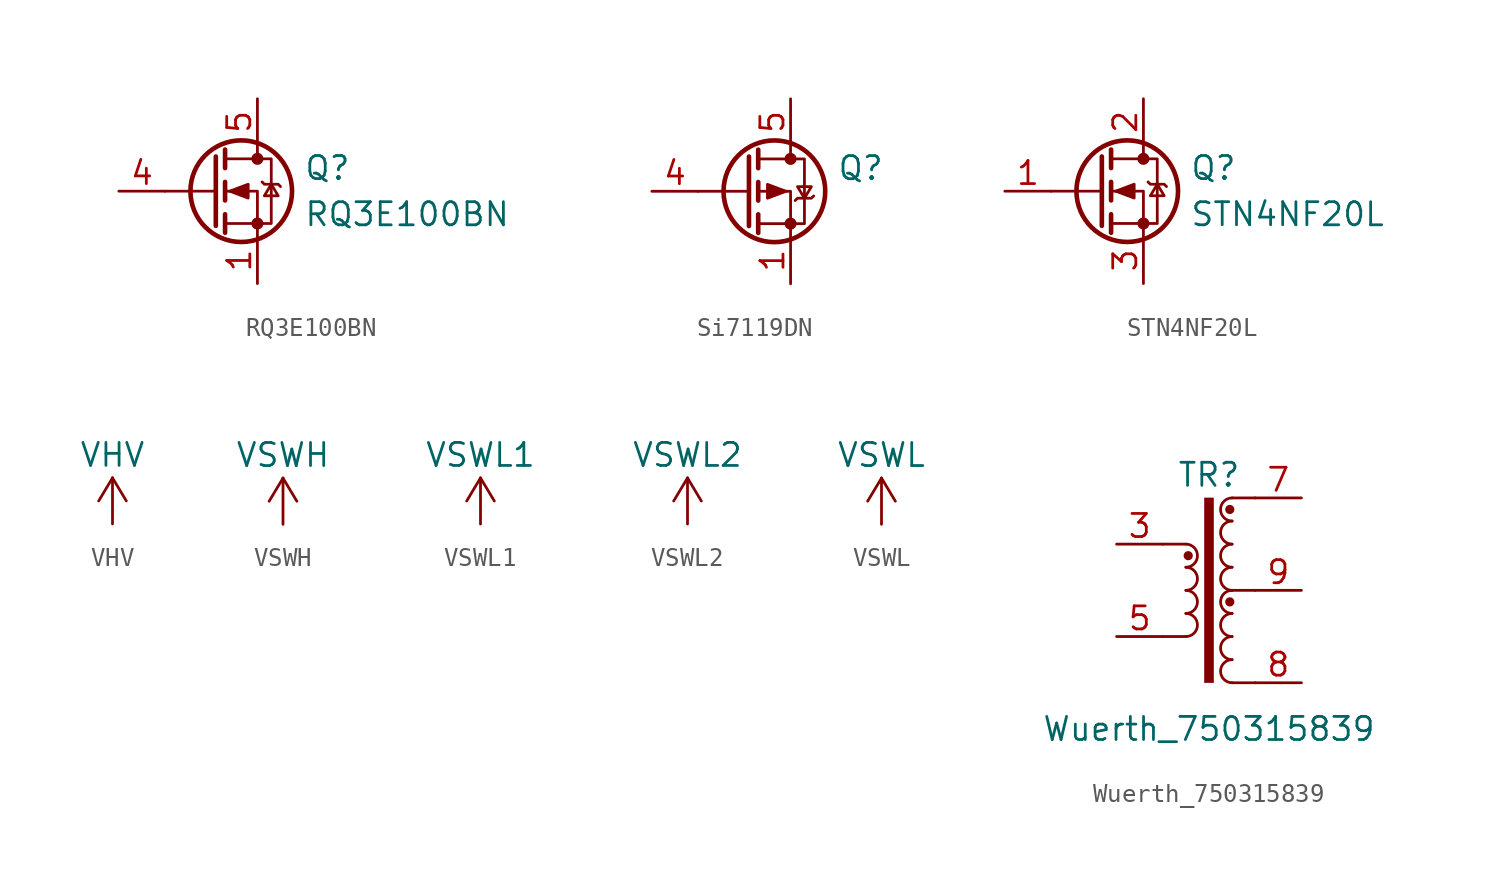
<source format=kicad_sym>
(kicad_symbol_lib
  (version 20211014)
  (generator kicad_symbol_editor)
  (symbol "RQ3E100BN"
    (pin_names
      (offset 0) hide)
    (property "Reference" "Q"
      (at 5.08 1.27 0)
      (effects (font (size 1.27 1.27)) (justify left)))
    (property "Value" "RQ3E100BN"
      (at 5.08 -1.27 0)
      (effects (font (size 1.27 1.27)) (justify left)))
    (symbol "RQ3E100BN_0_0"
      (pin input line (at -5.08 0 0) (length 2.54) (name "G" (effects (font (size 1.27 1.27)))) (number "4" (effects (font (size 1.27 1.27)))))
      (pin passive line (at 2.54 5.08 270) (length 2.54) (name "D" (effects (font (size 1.27 1.27)))) (number "5" (effects (font (size 1.27 1.27))))))
    (symbol "RQ3E100BN_0_1"
      (polyline (pts (xy 0.254 0) (xy -2.54 0)) (stroke (width 0) (type default) (color 0 0 0 0)) (fill (type none)))
      (polyline (pts (xy 0.254 1.905) (xy 0.254 -1.905)) (stroke (width 0.254) (type default) (color 0 0 0 0)) (fill (type none)))
      (polyline (pts (xy 0.762 -1.27) (xy 0.762 -2.286)) (stroke (width 0.254) (type default) (color 0 0 0 0)) (fill (type none)))
      (polyline (pts (xy 0.762 0.508) (xy 0.762 -0.508)) (stroke (width 0.254) (type default) (color 0 0 0 0)) (fill (type none)))
      (polyline (pts (xy 0.762 2.286) (xy 0.762 1.27)) (stroke (width 0.254) (type default) (color 0 0 0 0)) (fill (type none)))
      (polyline (pts (xy 2.54 2.54) (xy 2.54 1.778)) (stroke (width 0) (type default) (color 0 0 0 0)) (fill (type none)))
      (polyline (pts (xy 2.54 -2.54) (xy 2.54 0) (xy 0.762 0)) (stroke (width 0) (type default) (color 0 0 0 0)) (fill (type none)))
      (polyline (pts (xy 0.762 -1.778) (xy 3.302 -1.778) (xy 3.302 1.778) (xy 0.762 1.778)) (stroke (width 0) (type default) (color 0 0 0 0)) (fill (type none)))
      (polyline (pts (xy 1.016 0) (xy 2.032 0.381) (xy 2.032 -0.381) (xy 1.016 0)) (stroke (width 0) (type default) (color 0 0 0 0)) (fill (type outline)))
      (polyline (pts (xy 2.794 0.508) (xy 2.921 0.381) (xy 3.683 0.381) (xy 3.81 0.254)) (stroke (width 0) (type default) (color 0 0 0 0)) (fill (type none)))
      (polyline (pts (xy 3.302 0.381) (xy 2.921 -0.254) (xy 3.683 -0.254) (xy 3.302 0.381)) (stroke (width 0) (type default) (color 0 0 0 0)) (fill (type none)))
      (circle (center 1.651 0) (radius 2.794) (stroke (width 0.254) (type default) (color 0 0 0 0)) (fill (type none)))
      (circle (center 2.54 -1.778) (radius 0.254) (stroke (width 0) (type default) (color 0 0 0 0)) (fill (type outline)))
      (circle (center 2.54 1.778) (radius 0.254) (stroke (width 0) (type default) (color 0 0 0 0)) (fill (type outline))))
    (symbol "RQ3E100BN_1_1"
      (pin passive line (at 2.54 -5.08 90) (length 2.54) (name "S" (effects (font (size 1.27 1.27)))) (number "1" (effects (font (size 1.27 1.27)))))
      (pin passive line (at 2.54 -5.08 90) (length 2.54) hide (name "S" (effects (font (size 1.27 1.27)))) (number "2" (effects (font (size 1.27 1.27)))))
      (pin passive line (at 2.54 -5.08 90) (length 2.54) hide (name "S" (effects (font (size 1.27 1.27)))) (number "3" (effects (font (size 1.27 1.27)))))))
  (symbol "Si7119DN"
    (pin_names
      (offset 0) hide)
    (property "Reference" "Q"
      (at 5.08 1.27 0)
      (effects (font (size 1.27 1.27)) (justify left)))
    (symbol "Si7119DN_0_0"
      (pin input line (at -5.08 0 0) (length 2.54) (name "G" (effects (font (size 1.27 1.27)))) (number "4" (effects (font (size 1.27 1.27)))))
      (pin passive line (at 2.54 5.08 270) (length 2.54) (name "D" (effects (font (size 1.27 1.27)))) (number "5" (effects (font (size 1.27 1.27))))))
    (symbol "Si7119DN_0_1"
      (polyline (pts (xy 0.254 0) (xy -2.54 0)) (stroke (width 0) (type default) (color 0 0 0 0)) (fill (type none)))
      (polyline (pts (xy 0.254 1.905) (xy 0.254 -1.905)) (stroke (width 0.254) (type default) (color 0 0 0 0)) (fill (type none)))
      (polyline (pts (xy 0.762 -1.27) (xy 0.762 -2.286)) (stroke (width 0.254) (type default) (color 0 0 0 0)) (fill (type none)))
      (polyline (pts (xy 0.762 0.508) (xy 0.762 -0.508)) (stroke (width 0.254) (type default) (color 0 0 0 0)) (fill (type none)))
      (polyline (pts (xy 0.762 2.286) (xy 0.762 1.27)) (stroke (width 0.254) (type default) (color 0 0 0 0)) (fill (type none)))
      (polyline (pts (xy 2.54 2.54) (xy 2.54 1.778)) (stroke (width 0) (type default) (color 0 0 0 0)) (fill (type none)))
      (polyline (pts (xy 2.54 -2.54) (xy 2.54 0) (xy 0.762 0)) (stroke (width 0) (type default) (color 0 0 0 0)) (fill (type none)))
      (polyline (pts (xy 0.762 1.778) (xy 3.302 1.778) (xy 3.302 -1.778) (xy 0.762 -1.778)) (stroke (width 0) (type default) (color 0 0 0 0)) (fill (type none)))
      (polyline (pts (xy 2.286 0) (xy 1.27 0.381) (xy 1.27 -0.381) (xy 2.286 0)) (stroke (width 0) (type default) (color 0 0 0 0)) (fill (type outline)))
      (polyline (pts (xy 2.794 -0.508) (xy 2.921 -0.381) (xy 3.683 -0.381) (xy 3.81 -0.254)) (stroke (width 0) (type default) (color 0 0 0 0)) (fill (type none)))
      (polyline (pts (xy 3.302 -0.381) (xy 2.921 0.254) (xy 3.683 0.254) (xy 3.302 -0.381)) (stroke (width 0) (type default) (color 0 0 0 0)) (fill (type none)))
      (circle (center 1.651 0) (radius 2.794) (stroke (width 0.254) (type default) (color 0 0 0 0)) (fill (type none)))
      (circle (center 2.54 -1.778) (radius 0.254) (stroke (width 0) (type default) (color 0 0 0 0)) (fill (type outline)))
      (circle (center 2.54 1.778) (radius 0.254) (stroke (width 0) (type default) (color 0 0 0 0)) (fill (type outline))))
    (symbol "Si7119DN_1_1"
      (pin passive line (at 2.54 -5.08 90) (length 2.54) (name "S" (effects (font (size 1.27 1.27)))) (number "1" (effects (font (size 1.27 1.27)))))
      (pin passive line (at 2.54 -5.08 90) (length 2.54) hide (name "S" (effects (font (size 1.27 1.27)))) (number "2" (effects (font (size 1.27 1.27)))))
      (pin passive line (at 2.54 -5.08 90) (length 2.54) hide (name "S" (effects (font (size 1.27 1.27)))) (number "3" (effects (font (size 1.27 1.27)))))))
  (symbol "STN4NF20L"
    (pin_names
      (offset 0) hide)
    (property "Reference" "Q"
      (at 5.08 1.27 0)
      (effects (font (size 1.27 1.27)) (justify left)))
    (property "Value" "STN4NF20L"
      (at 5.08 -1.27 0)
      (effects (font (size 1.27 1.27)) (justify left)))
    (symbol "STN4NF20L_0_1"
      (polyline (pts (xy 0.254 0) (xy -2.54 0)) (stroke (width 0) (type default) (color 0 0 0 0)) (fill (type none)))
      (polyline (pts (xy 0.254 1.905) (xy 0.254 -1.905)) (stroke (width 0.254) (type default) (color 0 0 0 0)) (fill (type none)))
      (polyline (pts (xy 0.762 -1.27) (xy 0.762 -2.286)) (stroke (width 0.254) (type default) (color 0 0 0 0)) (fill (type none)))
      (polyline (pts (xy 0.762 0.508) (xy 0.762 -0.508)) (stroke (width 0.254) (type default) (color 0 0 0 0)) (fill (type none)))
      (polyline (pts (xy 0.762 2.286) (xy 0.762 1.27)) (stroke (width 0.254) (type default) (color 0 0 0 0)) (fill (type none)))
      (polyline (pts (xy 2.54 2.54) (xy 2.54 1.778)) (stroke (width 0) (type default) (color 0 0 0 0)) (fill (type none)))
      (polyline (pts (xy 2.54 -2.54) (xy 2.54 0) (xy 0.762 0)) (stroke (width 0) (type default) (color 0 0 0 0)) (fill (type none)))
      (polyline (pts (xy 0.762 -1.778) (xy 3.302 -1.778) (xy 3.302 1.778) (xy 0.762 1.778)) (stroke (width 0) (type default) (color 0 0 0 0)) (fill (type none)))
      (polyline (pts (xy 1.016 0) (xy 2.032 0.381) (xy 2.032 -0.381) (xy 1.016 0)) (stroke (width 0) (type default) (color 0 0 0 0)) (fill (type outline)))
      (polyline (pts (xy 2.794 0.508) (xy 2.921 0.381) (xy 3.683 0.381) (xy 3.81 0.254)) (stroke (width 0) (type default) (color 0 0 0 0)) (fill (type none)))
      (polyline (pts (xy 3.302 0.381) (xy 2.921 -0.254) (xy 3.683 -0.254) (xy 3.302 0.381)) (stroke (width 0) (type default) (color 0 0 0 0)) (fill (type none)))
      (circle (center 1.651 0) (radius 2.794) (stroke (width 0.254) (type default) (color 0 0 0 0)) (fill (type none)))
      (circle (center 2.54 -1.778) (radius 0.254) (stroke (width 0) (type default) (color 0 0 0 0)) (fill (type outline)))
      (circle (center 2.54 1.778) (radius 0.254) (stroke (width 0) (type default) (color 0 0 0 0)) (fill (type outline))))
    (symbol "STN4NF20L_1_1"
      (pin input line (at -5.08 0 0) (length 2.54) (name "G" (effects (font (size 1.27 1.27)))) (number "1" (effects (font (size 1.27 1.27)))))
      (pin passive line (at 2.54 5.08 270) (length 2.54) (name "D" (effects (font (size 1.27 1.27)))) (number "2" (effects (font (size 1.27 1.27)))))
      (pin passive line (at 2.54 -5.08 90) (length 2.54) (name "S" (effects (font (size 1.27 1.27)))) (number "3" (effects (font (size 1.27 1.27)))))))
  (symbol "VHV"
    (power)
    (pin_names
      (offset 0))
    (property "Reference" "#PWR"
      (at 0 -3.81 0)
      (effects (font (size 1.27 1.27)) hide))
    (property "Value" "VHV"
      (at 0 3.81 0)
      (effects (font (size 1.27 1.27))))
    (symbol "VHV_0_1"
      (polyline (pts (xy -0.762 1.27) (xy 0 2.54)) (stroke (width 0) (type default) (color 0 0 0 0)) (fill (type none)))
      (polyline (pts (xy 0 0) (xy 0 2.54)) (stroke (width 0) (type default) (color 0 0 0 0)) (fill (type none)))
      (polyline (pts (xy 0 2.54) (xy 0.762 1.27)) (stroke (width 0) (type default) (color 0 0 0 0)) (fill (type none))))
    (symbol "VHV_1_1"
      (pin power_in line (at 0 0 90) (length 0) hide (name "VHV" (effects (font (size 1.27 1.27)))) (number "1" (effects (font (size 1.27 1.27)))))))
  (symbol "VSWH"
    (power)
    (pin_names
      (offset 0))
    (property "Reference" "#PWR"
      (at 0 -3.81 0)
      (effects (font (size 1.27 1.27)) hide))
    (property "Value" "VSWH"
      (at 0 3.81 0)
      (effects (font (size 1.27 1.27))))
    (symbol "VSWH_0_1"
      (polyline (pts (xy -0.762 1.27) (xy 0 2.54)) (stroke (width 0) (type default) (color 0 0 0 0)) (fill (type none)))
      (polyline (pts (xy 0 0) (xy 0 2.54)) (stroke (width 0) (type default) (color 0 0 0 0)) (fill (type none)))
      (polyline (pts (xy 0 2.54) (xy 0.762 1.27)) (stroke (width 0) (type default) (color 0 0 0 0)) (fill (type none))))
    (symbol "VSWH_1_1"
      (pin power_in line (at 0 0 90) (length 0) hide (name "VSWH" (effects (font (size 1.27 1.27)))) (number "1" (effects (font (size 1.27 1.27)))))))
  (symbol "VSWL1"
    (power)
    (pin_names
      (offset 0))
    (property "Reference" "#PWR"
      (at 0 -3.81 0)
      (effects (font (size 1.27 1.27)) hide))
    (property "Value" "VSWL1"
      (at 0 3.81 0)
      (effects (font (size 1.27 1.27))))
    (symbol "VSWL1_0_1"
      (polyline (pts (xy -0.762 1.27) (xy 0 2.54)) (stroke (width 0) (type default) (color 0 0 0 0)) (fill (type none)))
      (polyline (pts (xy 0 0) (xy 0 2.54)) (stroke (width 0) (type default) (color 0 0 0 0)) (fill (type none)))
      (polyline (pts (xy 0 2.54) (xy 0.762 1.27)) (stroke (width 0) (type default) (color 0 0 0 0)) (fill (type none))))
    (symbol "VSWL1_1_1"
      (pin power_in line (at 0 0 90) (length 0) hide (name "VSWL1" (effects (font (size 1.27 1.27)))) (number "1" (effects (font (size 1.27 1.27)))))))
  (symbol "VSWL2"
    (power)
    (pin_names
      (offset 0))
    (property "Reference" "#PWR"
      (at 0 -3.81 0)
      (effects (font (size 1.27 1.27)) hide))
    (property "Value" "VSWL2"
      (at 0 3.81 0)
      (effects (font (size 1.27 1.27))))
    (symbol "VSWL2_0_1"
      (polyline (pts (xy -0.762 1.27) (xy 0 2.54)) (stroke (width 0) (type default) (color 0 0 0 0)) (fill (type none)))
      (polyline (pts (xy 0 0) (xy 0 2.54)) (stroke (width 0) (type default) (color 0 0 0 0)) (fill (type none)))
      (polyline (pts (xy 0 2.54) (xy 0.762 1.27)) (stroke (width 0) (type default) (color 0 0 0 0)) (fill (type none))))
    (symbol "VSWL2_1_1"
      (pin power_in line (at 0 0 90) (length 0) hide (name "VSWL2" (effects (font (size 1.27 1.27)))) (number "1" (effects (font (size 1.27 1.27)))))))
  (symbol "VSWL"
    (power)
    (pin_names
      (offset 0))
    (property "Reference" "#PWR"
      (at 0 -3.81 0)
      (effects (font (size 1.27 1.27)) hide))
    (property "Value" "VSWL"
      (at 0 3.81 0)
      (effects (font (size 1.27 1.27))))
    (symbol "VSWL_0_1"
      (polyline (pts (xy -0.762 1.27) (xy 0 2.54)) (stroke (width 0) (type default) (color 0 0 0 0)) (fill (type none)))
      (polyline (pts (xy 0 0) (xy 0 2.54)) (stroke (width 0) (type default) (color 0 0 0 0)) (fill (type none)))
      (polyline (pts (xy 0 2.54) (xy 0.762 1.27)) (stroke (width 0) (type default) (color 0 0 0 0)) (fill (type none))))
    (symbol "VSWL_1_1"
      (pin power_in line (at 0 0 90) (length 0) hide (name "VSWL" (effects (font (size 1.27 1.27)))) (number "1" (effects (font (size 1.27 1.27)))))))
  (symbol "Wuerth_750315839"
    (property "Reference" "TR"
      (at 0 6.35 0)
      (effects (font (size 1.27 1.27))))
    (property "Value" "Wuerth_750315839"
      (at 0 -7.62 0)
      (effects (font (size 1.27 1.27))))
    (symbol "Wuerth_750315839_0_1"
      (arc (start -1.27 -2.54) (mid -0.635 -1.905) (end -1.27 -1.27) (stroke (width 0) (type default) (color 0 0 0 0)) (fill (type none)))
      (arc (start -1.27 -1.27) (mid -0.635 -0.635) (end -1.27 0) (stroke (width 0) (type default) (color 0 0 0 0)) (fill (type none)))
      (rectangle (start -0.254 5.08) (end 0.254 -5.08) (stroke (width 0.025) (type default) (color 0 0 0 0)) (fill (type outline)))
      (polyline (pts (xy -2.54 -2.54) (xy -1.27 -2.54)) (stroke (width 0) (type default) (color 0 0 0 0)) (fill (type none)))
      (polyline (pts (xy -2.54 2.54) (xy -1.27 2.54)) (stroke (width 0) (type default) (color 0 0 0 0)) (fill (type none)))
      (polyline (pts (xy 1.27 -5.08) (xy 2.54 -5.08)) (stroke (width 0) (type default) (color 0 0 0 0)) (fill (type none)))
      (polyline (pts (xy 1.27 0) (xy 2.54 0)) (stroke (width 0) (type default) (color 0 0 0 0)) (fill (type none))))
    (symbol "Wuerth_750315839_1_1"
      (arc (start -1.27 0) (mid -0.635 0.635) (end -1.27 1.27) (stroke (width 0) (type default) (color 0 0 0 0)) (fill (type none)))
      (arc (start -1.27 1.27) (mid -0.635 1.905) (end -1.27 2.54) (stroke (width 0) (type default) (color 0 0 0 0)) (fill (type none)))
      (circle (center -1.143 1.905) (radius 0.127) (stroke (width 0.254) (type default) (color 0 0 0 0)) (fill (type none)))
      (polyline (pts (xy 1.27 5.08) (xy 2.54 5.08)) (stroke (width 0) (type default) (color 0 0 0 0)) (fill (type none)))
      (circle (center 1.143 -0.635) (radius 0.127) (stroke (width 0.254) (type default) (color 0 0 0 0)) (fill (type none)))
      (circle (center 1.143 4.445) (radius 0.127) (stroke (width 0.254) (type default) (color 0 0 0 0)) (fill (type none)))
      (arc (start 1.27 -3.81) (mid 0.635 -4.445) (end 1.27 -5.08) (stroke (width 0) (type default) (color 0 0 0 0)) (fill (type none)))
      (arc (start 1.27 -2.54) (mid 0.635 -3.175) (end 1.27 -3.81) (stroke (width 0) (type default) (color 0 0 0 0)) (fill (type none)))
      (arc (start 1.27 -1.27) (mid 0.635 -1.905) (end 1.27 -2.54) (stroke (width 0) (type default) (color 0 0 0 0)) (fill (type none)))
      (arc (start 1.27 0) (mid 0.635 -0.635) (end 1.27 -1.27) (stroke (width 0) (type default) (color 0 0 0 0)) (fill (type none)))
      (arc (start 1.27 1.27) (mid 0.635 0.635) (end 1.27 0) (stroke (width 0) (type default) (color 0 0 0 0)) (fill (type none)))
      (arc (start 1.27 2.54) (mid 0.635 1.905) (end 1.27 1.27) (stroke (width 0) (type default) (color 0 0 0 0)) (fill (type none)))
      (arc (start 1.27 3.81) (mid 0.635 3.175) (end 1.27 2.54) (stroke (width 0) (type default) (color 0 0 0 0)) (fill (type none)))
      (arc (start 1.27 5.08) (mid 0.635 4.445) (end 1.27 3.81) (stroke (width 0) (type default) (color 0 0 0 0)) (fill (type none)))
      (pin passive line (at -5.08 2.54 0) (length 2.54) (name "~" (effects (font (size 1.27 1.27)))) (number "3" (effects (font (size 1.27 1.27)))))
      (pin passive line (at -5.08 -2.54 0) (length 2.54) (name "~" (effects (font (size 1.27 1.27)))) (number "5" (effects (font (size 1.27 1.27)))))
      (pin passive line (at 5.08 5.08 180) (length 2.54) (name "~" (effects (font (size 1.27 1.27)))) (number "7" (effects (font (size 1.27 1.27)))))
      (pin passive line (at 5.08 -5.08 180) (length 2.54) (name "~" (effects (font (size 1.27 1.27)))) (number "8" (effects (font (size 1.27 1.27)))))
      (pin passive line (at 5.08 0 180) (length 2.54) (name "~" (effects (font (size 1.27 1.27)))) (number "9" (effects (font (size 1.27 1.27))))))))
</source>
